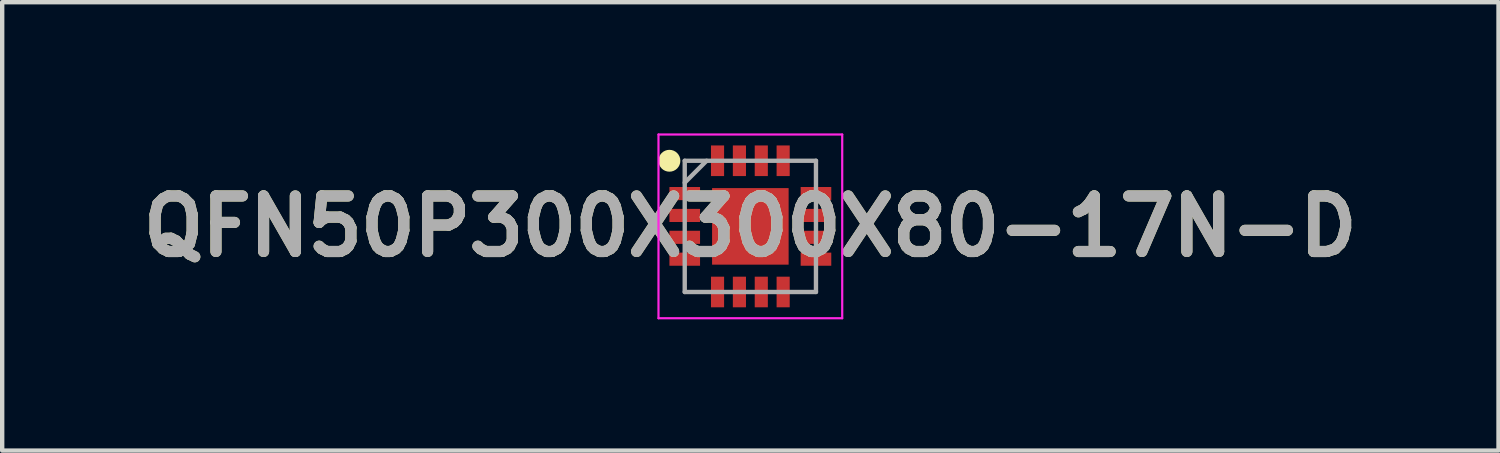
<source format=kicad_pcb>
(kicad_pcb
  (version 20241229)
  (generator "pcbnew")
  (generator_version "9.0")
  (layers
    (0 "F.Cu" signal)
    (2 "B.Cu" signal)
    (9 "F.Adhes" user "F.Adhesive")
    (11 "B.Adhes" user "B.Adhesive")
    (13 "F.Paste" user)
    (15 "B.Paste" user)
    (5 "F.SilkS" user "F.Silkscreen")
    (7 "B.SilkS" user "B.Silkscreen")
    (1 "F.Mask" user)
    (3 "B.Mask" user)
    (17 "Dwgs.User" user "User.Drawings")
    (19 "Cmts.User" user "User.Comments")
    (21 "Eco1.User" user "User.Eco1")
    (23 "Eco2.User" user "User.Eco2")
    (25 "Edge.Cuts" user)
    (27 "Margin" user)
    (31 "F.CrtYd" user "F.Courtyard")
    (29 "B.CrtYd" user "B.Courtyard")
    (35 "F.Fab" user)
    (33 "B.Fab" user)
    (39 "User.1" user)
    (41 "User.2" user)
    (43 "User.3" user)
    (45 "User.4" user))
  (footprint "QFN50P300X300X80-17N-D"
    (layer "F.Cu")
    (at 14.103 2.125)
    (property "Reference" "QFN50P300X300X80-17N-D" (at 0 0 0) (layer "F.SilkS") (effects (font (size 1.27 1.27) (thickness 0.254))))
    (attr smd)
    (fp_circle (center -1.85 -1.5) (end -1.85 -1.375) (stroke (width 0.25) (type solid)) (fill no) (layer "F.SilkS"))
    (fp_line (start -2.1 -2.1) (end 2.1 -2.1) (stroke (width 0.05) (type solid)) (layer "F.CrtYd"))
    (fp_line (start -2.1 2.1) (end -2.1 -2.1) (stroke (width 0.05) (type solid)) (layer "F.CrtYd"))
    (fp_line (start 2.1 -2.1) (end 2.1 2.1) (stroke (width 0.05) (type solid)) (layer "F.CrtYd"))
    (fp_line (start 2.1 2.1) (end -2.1 2.1) (stroke (width 0.05) (type solid)) (layer "F.CrtYd"))
    (fp_line (start -1.5 -1.5) (end 1.5 -1.5) (stroke (width 0.1) (type solid)) (layer "F.Fab"))
    (fp_line (start -1.5 -1) (end -1 -1.5) (stroke (width 0.1) (type solid)) (layer "F.Fab"))
    (fp_line (start -1.5 1.5) (end -1.5 -1.5) (stroke (width 0.1) (type solid)) (layer "F.Fab"))
    (fp_line (start 1.5 -1.5) (end 1.5 1.5) (stroke (width 0.1) (type solid)) (layer "F.Fab"))
    (fp_line (start 1.5 1.5) (end -1.5 1.5) (stroke (width 0.1) (type solid)) (layer "F.Fab"))
    (fp_text user "${REFERENCE}" (at 0 0 0) (layer "F.Fab") (effects (font (size 1.27 1.27) (thickness 0.254))))
    (pad "1" smd rect (at -1.5 -0.75 90) (size 0.3 0.7) (layers "F.Cu" "F.Mask" "F.Paste"))
    (pad "2" smd rect (at -1.5 -0.25 90) (size 0.3 0.7) (layers "F.Cu" "F.Mask" "F.Paste"))
    (pad "3" smd rect (at -1.5 0.25 90) (size 0.3 0.7) (layers "F.Cu" "F.Mask" "F.Paste"))
    (pad "4" smd rect (at -1.5 0.75 90) (size 0.3 0.7) (layers "F.Cu" "F.Mask" "F.Paste"))
    (pad "5" smd rect (at -0.75 1.5) (size 0.3 0.7) (layers "F.Cu" "F.Mask" "F.Paste"))
    (pad "6" smd rect (at -0.25 1.5) (size 0.3 0.7) (layers "F.Cu" "F.Mask" "F.Paste"))
    (pad "7" smd rect (at 0.25 1.5) (size 0.3 0.7) (layers "F.Cu" "F.Mask" "F.Paste"))
    (pad "8" smd rect (at 0.75 1.5) (size 0.3 0.7) (layers "F.Cu" "F.Mask" "F.Paste"))
    (pad "9" smd rect (at 1.5 0.75 90) (size 0.3 0.7) (layers "F.Cu" "F.Mask" "F.Paste"))
    (pad "10" smd rect (at 1.5 0.25 90) (size 0.3 0.7) (layers "F.Cu" "F.Mask" "F.Paste"))
    (pad "11" smd rect (at 1.5 -0.25 90) (size 0.3 0.7) (layers "F.Cu" "F.Mask" "F.Paste"))
    (pad "12" smd rect (at 1.5 -0.75 90) (size 0.3 0.7) (layers "F.Cu" "F.Mask" "F.Paste"))
    (pad "13" smd rect (at 0.75 -1.5) (size 0.3 0.7) (layers "F.Cu" "F.Mask" "F.Paste"))
    (pad "14" smd rect (at 0.25 -1.5) (size 0.3 0.7) (layers "F.Cu" "F.Mask" "F.Paste"))
    (pad "15" smd rect (at -0.25 -1.5) (size 0.3 0.7) (layers "F.Cu" "F.Mask" "F.Paste"))
    (pad "16" smd rect (at -0.75 -1.5) (size 0.3 0.7) (layers "F.Cu" "F.Mask" "F.Paste"))
    (pad "17" smd rect (at 0 0) (size 1.75 1.75) (layers "F.Cu" "F.Mask" "F.Paste")))
  (gr_rect
    (start -3 -3)
    (end 31.206 7.25)
    (stroke (width 0.1) (type default))
    (fill no)
    (layer "Edge.Cuts")))
</source>
